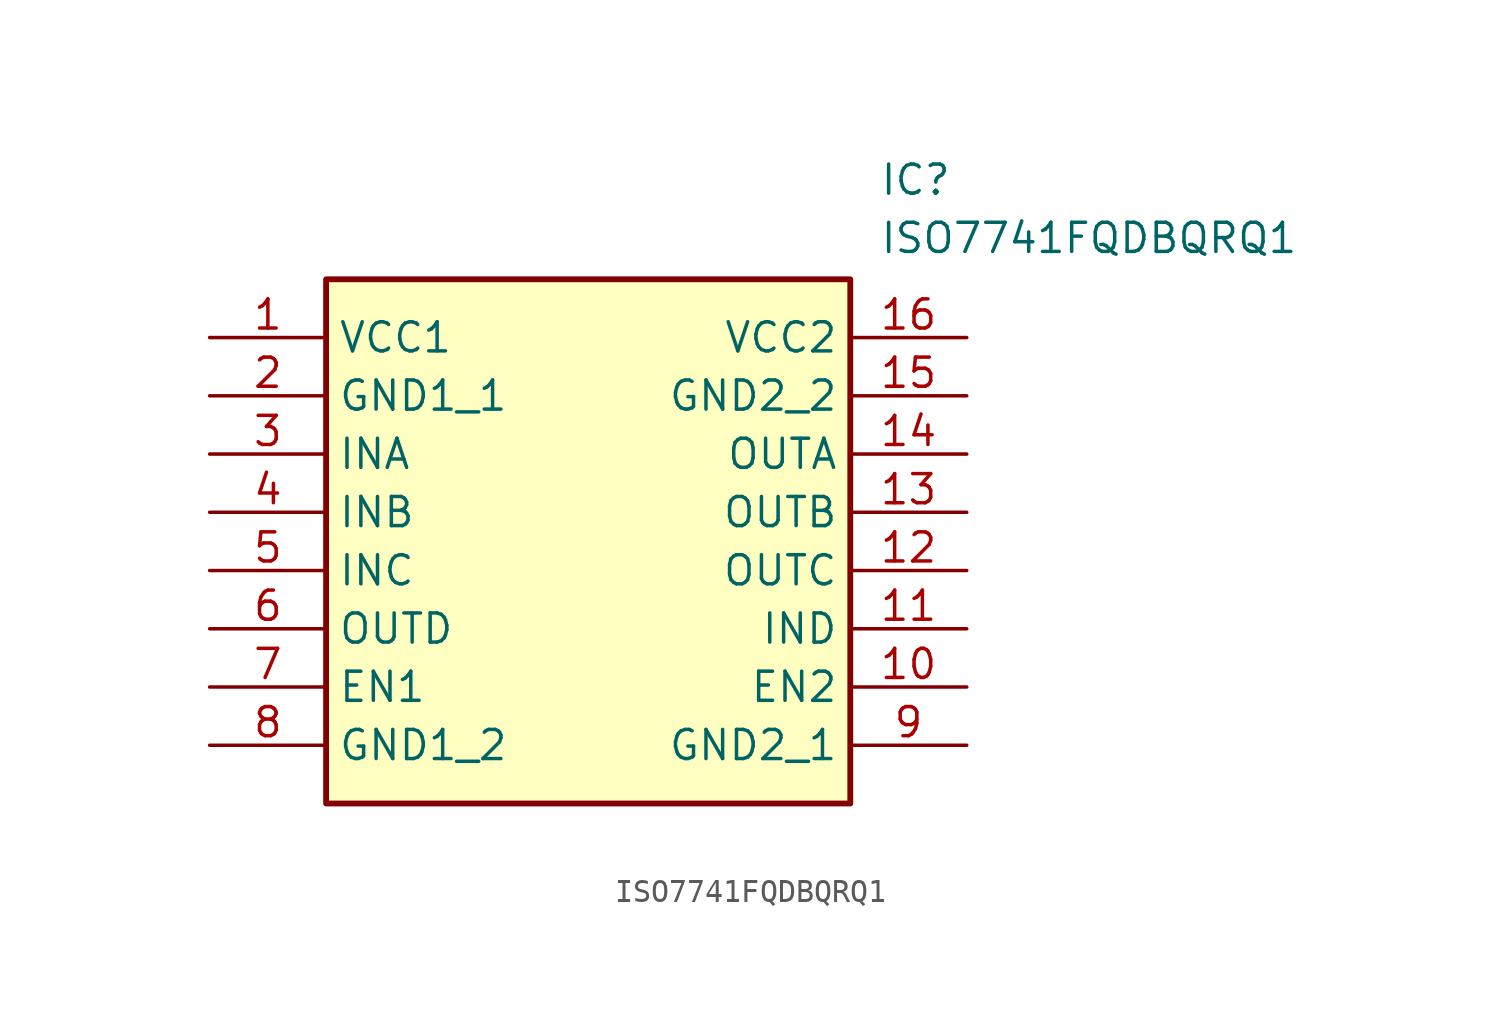
<source format=kicad_sym>
(kicad_symbol_lib
  (version 20211014)
  (generator SamacSys_ECAD_Model)
  (symbol "ISO7741FQDBQRQ1"
    (property "Reference" "IC"
      (at 29.21 7.62 0)
      (effects (font (size 1.27 1.27)) (justify left top)))
    (property "Value" "ISO7741FQDBQRQ1"
      (at 29.21 5.08 0)
      (effects (font (size 1.27 1.27)) (justify left top)))
    (rectangle
      (start 5.08 2.54)
      (end 27.94 -20.32)
      (stroke (width 0.254) (type default))
      (fill (type background)))
    (pin passive line
      (at 0 0 0)
      (length 5.08)
      (name "VCC1" (effects (font (size 1.27 1.27))))
      (number "1" (effects (font (size 1.27 1.27)))))
    (pin passive line
      (at 0 -2.54 0)
      (length 5.08)
      (name "GND1_1" (effects (font (size 1.27 1.27))))
      (number "2" (effects (font (size 1.27 1.27)))))
    (pin passive line
      (at 0 -5.08 0)
      (length 5.08)
      (name "INA" (effects (font (size 1.27 1.27))))
      (number "3" (effects (font (size 1.27 1.27)))))
    (pin passive line
      (at 0 -7.62 0)
      (length 5.08)
      (name "INB" (effects (font (size 1.27 1.27))))
      (number "4" (effects (font (size 1.27 1.27)))))
    (pin passive line
      (at 0 -10.16 0)
      (length 5.08)
      (name "INC" (effects (font (size 1.27 1.27))))
      (number "5" (effects (font (size 1.27 1.27)))))
    (pin passive line
      (at 0 -12.7 0)
      (length 5.08)
      (name "OUTD" (effects (font (size 1.27 1.27))))
      (number "6" (effects (font (size 1.27 1.27)))))
    (pin passive line
      (at 0 -15.24 0)
      (length 5.08)
      (name "EN1" (effects (font (size 1.27 1.27))))
      (number "7" (effects (font (size 1.27 1.27)))))
    (pin passive line
      (at 0 -17.78 0)
      (length 5.08)
      (name "GND1_2" (effects (font (size 1.27 1.27))))
      (number "8" (effects (font (size 1.27 1.27)))))
    (pin passive line
      (at 33.02 0 180)
      (length 5.08)
      (name "VCC2" (effects (font (size 1.27 1.27))))
      (number "16" (effects (font (size 1.27 1.27)))))
    (pin passive line
      (at 33.02 -2.54 180)
      (length 5.08)
      (name "GND2_2" (effects (font (size 1.27 1.27))))
      (number "15" (effects (font (size 1.27 1.27)))))
    (pin passive line
      (at 33.02 -5.08 180)
      (length 5.08)
      (name "OUTA" (effects (font (size 1.27 1.27))))
      (number "14" (effects (font (size 1.27 1.27)))))
    (pin passive line
      (at 33.02 -7.62 180)
      (length 5.08)
      (name "OUTB" (effects (font (size 1.27 1.27))))
      (number "13" (effects (font (size 1.27 1.27)))))
    (pin passive line
      (at 33.02 -10.16 180)
      (length 5.08)
      (name "OUTC" (effects (font (size 1.27 1.27))))
      (number "12" (effects (font (size 1.27 1.27)))))
    (pin passive line
      (at 33.02 -12.7 180)
      (length 5.08)
      (name "IND" (effects (font (size 1.27 1.27))))
      (number "11" (effects (font (size 1.27 1.27)))))
    (pin passive line
      (at 33.02 -15.24 180)
      (length 5.08)
      (name "EN2" (effects (font (size 1.27 1.27))))
      (number "10" (effects (font (size 1.27 1.27)))))
    (pin passive line
      (at 33.02 -17.78 180)
      (length 5.08)
      (name "GND2_1" (effects (font (size 1.27 1.27))))
      (number "9" (effects (font (size 1.27 1.27)))))))
</source>
